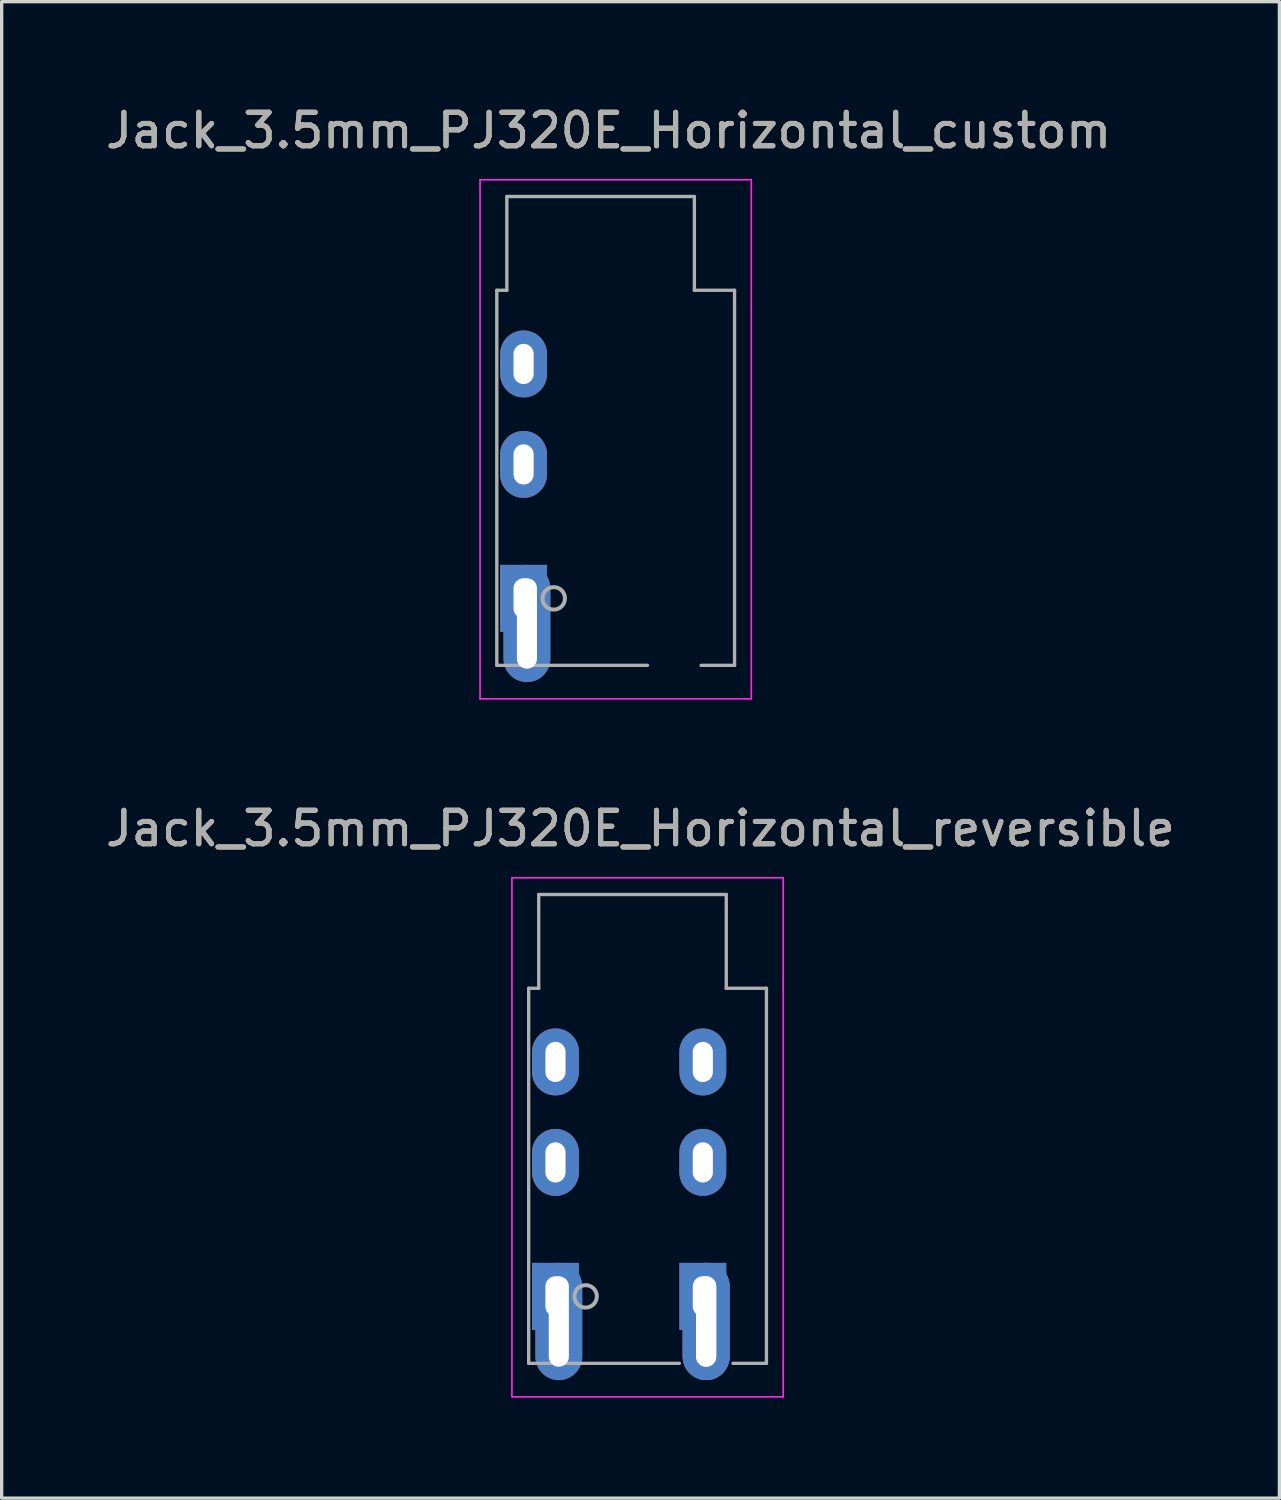
<source format=kicad_pcb>
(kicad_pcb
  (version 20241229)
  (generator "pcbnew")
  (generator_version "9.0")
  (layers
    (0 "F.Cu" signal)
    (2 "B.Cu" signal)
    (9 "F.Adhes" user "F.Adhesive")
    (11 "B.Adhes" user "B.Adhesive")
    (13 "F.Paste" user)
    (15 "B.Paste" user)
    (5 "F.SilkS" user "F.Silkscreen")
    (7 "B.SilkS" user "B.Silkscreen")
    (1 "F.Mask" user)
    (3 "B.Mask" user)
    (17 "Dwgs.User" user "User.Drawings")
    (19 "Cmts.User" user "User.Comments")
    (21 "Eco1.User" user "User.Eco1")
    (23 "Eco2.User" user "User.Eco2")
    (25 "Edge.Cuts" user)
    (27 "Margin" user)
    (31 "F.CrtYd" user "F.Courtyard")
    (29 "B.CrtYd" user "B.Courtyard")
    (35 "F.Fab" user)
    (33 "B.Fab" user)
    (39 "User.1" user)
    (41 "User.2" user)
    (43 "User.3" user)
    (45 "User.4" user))
  (footprint "Jack_3.5mm_PJ320E_Horizontal_custom"
    (layer "F.Cu")
    (at 12.585 14.818)
    (property "Reference" "Jack_3.5mm_PJ320E_Horizontal_custom" (at 2.54 -13.97 180) (layer "F.SilkS") (effects (font (size 1 1) (thickness 0.15))))
    (attr through_hole)
    (fp_line (start -1.3 -12.5) (end -1.3 3) (stroke (width 0.05) (type solid)) (layer "F.CrtYd"))
    (fp_line (start -1.3 -12.5) (end 6.8 -12.5) (stroke (width 0.05) (type solid)) (layer "F.CrtYd"))
    (fp_line (start -1.3 3) (end 6.8 3) (stroke (width 0.05) (type solid)) (layer "F.CrtYd"))
    (fp_line (start 6.8 -12.5) (end 6.8 3) (stroke (width 0.05) (type solid)) (layer "F.CrtYd"))
    (fp_line (start -0.8 -9.2) (end -0.5 -9.2) (stroke (width 0.1) (type solid)) (layer "F.Fab"))
    (fp_line (start -0.8 2) (end -0.8 -9.2) (stroke (width 0.1) (type solid)) (layer "F.Fab"))
    (fp_line (start -0.5 -12) (end 5.1 -12) (stroke (width 0.1) (type solid)) (layer "F.Fab"))
    (fp_line (start -0.5 -9.2) (end -0.5 -12) (stroke (width 0.1) (type solid)) (layer "F.Fab"))
    (fp_line (start 3.7 2) (end -0.8 2) (stroke (width 0.1) (type solid)) (layer "F.Fab"))
    (fp_line (start 5.1 -12) (end 5.1 -9.2) (stroke (width 0.1) (type solid)) (layer "F.Fab"))
    (fp_line (start 5.1 -9.2) (end 6.3 -9.2) (stroke (width 0.1) (type solid)) (layer "F.Fab"))
    (fp_line (start 6.3 -9.2) (end 6.3 2) (stroke (width 0.1) (type solid)) (layer "F.Fab"))
    (fp_line (start 6.3 2) (end 5.3 2) (stroke (width 0.1) (type solid)) (layer "F.Fab"))
    (fp_circle (center 0.9 0) (end 1.2 0.15) (stroke (width 0.12) (type solid)) (fill no) (layer "F.Fab"))
    (fp_text user "${REFERENCE}" (at 2.54 -13.97 180) (layer "F.Fab") (effects (font (size 1 1) (thickness 0.15))))
    (pad "R1" thru_hole oval (at 0 -4 270) (size 2 1.4) (drill oval 1.2 0.6) (layers "*.Cu" "F.Mask"))
    (pad "R2" thru_hole oval (at 0 -7 270) (size 2 1.4) (drill oval 1.2 0.6) (layers "*.Cu" "F.Mask"))
    (pad "T" thru_hole rect (at 0 0 270) (size 2 1.4) (drill oval 1.2 0.6) (layers "*.Cu" "*.Mask"))
    (pad "T" thru_hole oval (at 0.1 0.75 270) (size 3.5 1.4) (drill oval 2.7 0.6) (layers "*.Cu" "*.Mask")))
  (footprint "Jack_3.5mm_PJ320E_Horizontal_reversible"
    (layer "F.Cu")
    (at 13.537 35.661)
    (property "Reference" "Jack_3.5mm_PJ320E_Horizontal_reversible" (at 2.54 -13.97 180) (layer "F.SilkS") (effects (font (size 1 1) (thickness 0.15))))
    (attr through_hole)
    (fp_line (start -1.3 -12.5) (end -1.3 3) (stroke (width 0.05) (type solid)) (layer "F.CrtYd"))
    (fp_line (start -1.3 -12.5) (end 6.8 -12.5) (stroke (width 0.05) (type solid)) (layer "F.CrtYd"))
    (fp_line (start -1.3 3) (end 6.8 3) (stroke (width 0.05) (type solid)) (layer "F.CrtYd"))
    (fp_line (start 6.8 -12.5) (end 6.8 3) (stroke (width 0.05) (type solid)) (layer "F.CrtYd"))
    (fp_line (start -0.8 -9.2) (end -0.5 -9.2) (stroke (width 0.1) (type solid)) (layer "F.Fab"))
    (fp_line (start -0.8 2) (end -0.8 -9.2) (stroke (width 0.1) (type solid)) (layer "F.Fab"))
    (fp_line (start -0.5 -12) (end 5.1 -12) (stroke (width 0.1) (type solid)) (layer "F.Fab"))
    (fp_line (start -0.5 -9.2) (end -0.5 -12) (stroke (width 0.1) (type solid)) (layer "F.Fab"))
    (fp_line (start 3.7 2) (end -0.8 2) (stroke (width 0.1) (type solid)) (layer "F.Fab"))
    (fp_line (start 5.1 -12) (end 5.1 -9.2) (stroke (width 0.1) (type solid)) (layer "F.Fab"))
    (fp_line (start 5.1 -9.2) (end 6.3 -9.2) (stroke (width 0.1) (type solid)) (layer "F.Fab"))
    (fp_line (start 6.3 -9.2) (end 6.3 2) (stroke (width 0.1) (type solid)) (layer "F.Fab"))
    (fp_line (start 6.3 2) (end 5.3 2) (stroke (width 0.1) (type solid)) (layer "F.Fab"))
    (fp_circle (center 0.9 0) (end 1.2 0.15) (stroke (width 0.12) (type solid)) (fill no) (layer "F.Fab"))
    (fp_text user "${REFERENCE}" (at 2.54 -13.97 180) (layer "F.Fab") (effects (font (size 1 1) (thickness 0.15))))
    (pad "R1" thru_hole oval (at 0 -4 270) (size 2 1.4) (drill oval 1.2 0.6) (layers "*.Cu" "F.Mask"))
    (pad "R1" thru_hole oval (at 4.4 -4 270) (size 2 1.4) (drill oval 1.2 0.6) (layers "*.Cu" "F.Mask"))
    (pad "R2" thru_hole oval (at 0 -7 270) (size 2 1.4) (drill oval 1.2 0.6) (layers "*.Cu" "F.Mask"))
    (pad "R2" thru_hole oval (at 4.4 -7 270) (size 2 1.4) (drill oval 1.2 0.6) (layers "*.Cu" "F.Mask"))
    (pad "T" thru_hole rect (at 0 0 270) (size 2 1.4) (drill oval 1.2 0.6) (layers "*.Cu" "*.Mask"))
    (pad "T" thru_hole oval (at 0.1 0.75 270) (size 3.5 1.4) (drill oval 2.7 0.6) (layers "*.Cu" "*.Mask"))
    (pad "T" thru_hole rect (at 4.4 0 270) (size 2 1.4) (drill oval 1.2 0.6) (layers "*.Cu" "*.Mask"))
    (pad "T" thru_hole oval (at 4.5 0.75 270) (size 3.5 1.4) (drill oval 2.7 0.6) (layers "*.Cu" "*.Mask"))
    (pad "T" thru_hole oval (at 4.5 0.75 270) (size 3.5 1.4) (drill oval 2.7 0.6) (layers "*.Cu" "*.Mask")))
  (gr_rect
    (start -3 -3)
    (end 35.155 41.687)
    (stroke (width 0.1) (type default))
    (fill no)
    (layer "Edge.Cuts")))
</source>
